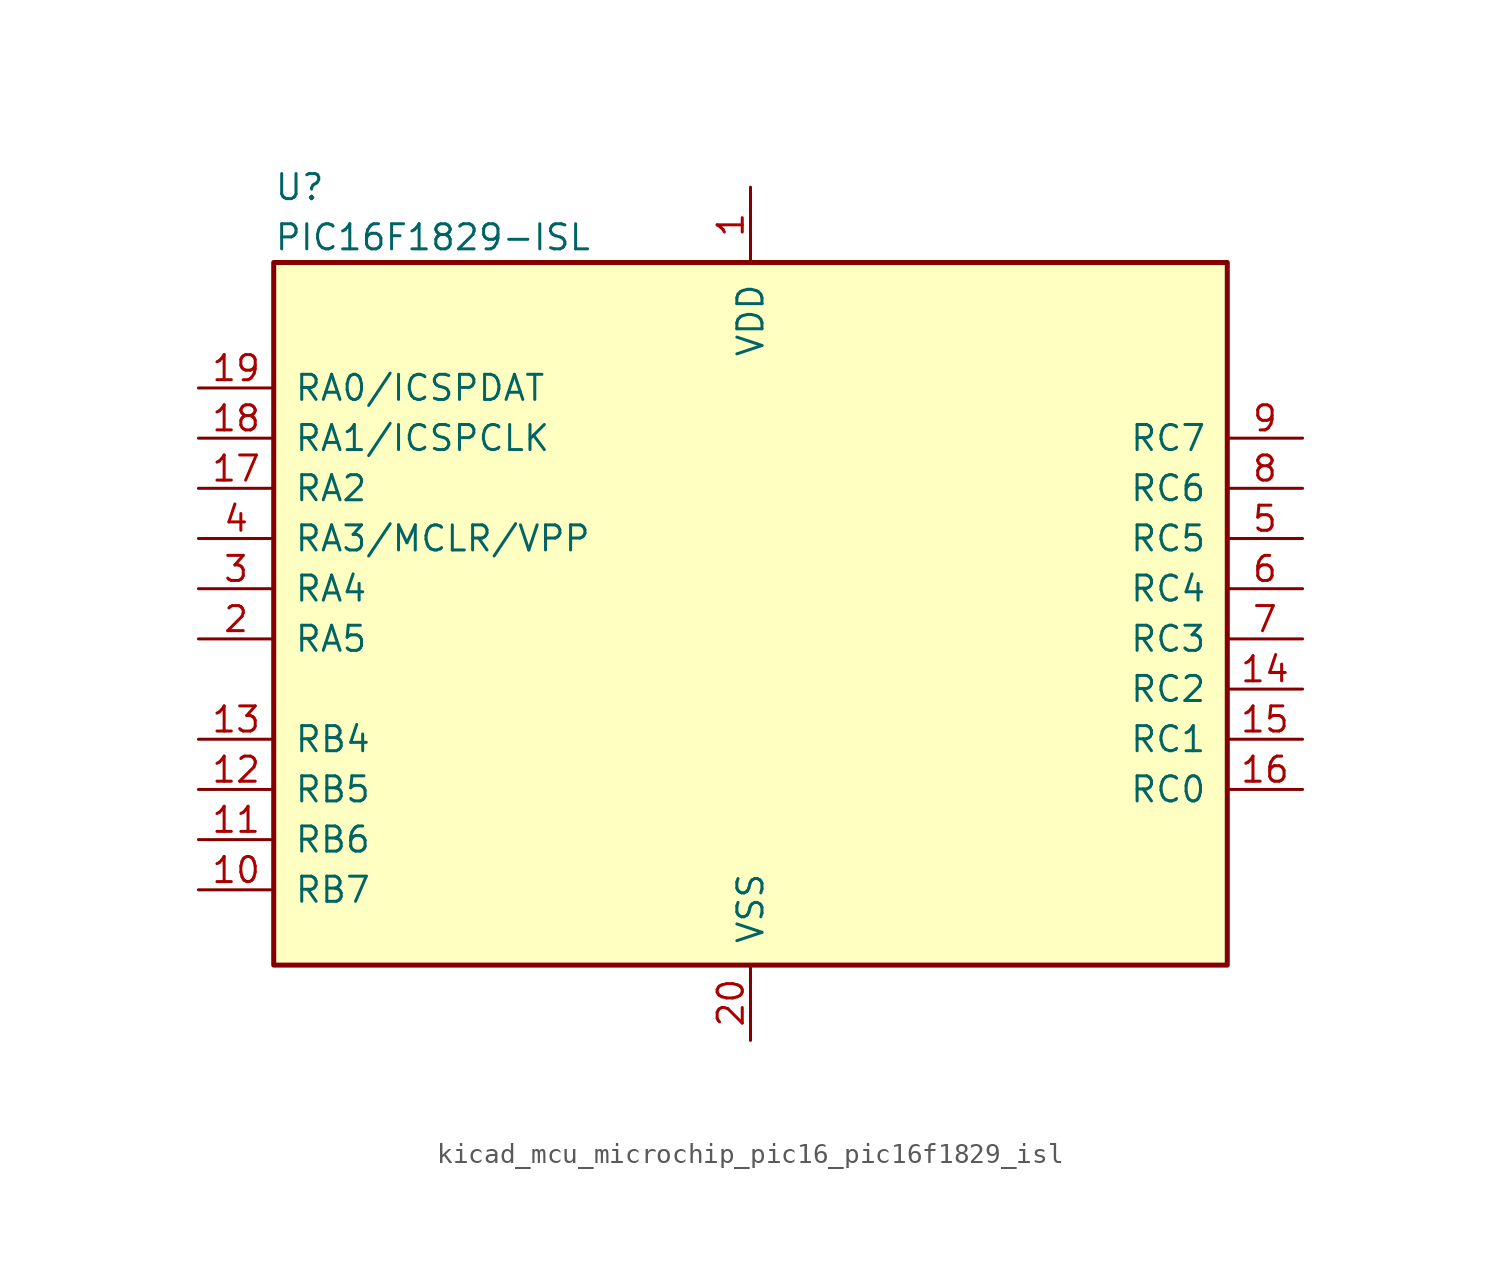
<source format=kicad_sym>
(kicad_symbol_lib
  (version 20220914)
  (generator kicad_symbol_editor)
  (symbol "kicad_mcu_microchip_pic16_pic16f1829_isl"
    (pin_names
      (offset 1.016))
    (property "Reference" "U"
      (at -24.13 22.86 0)
      (effects (font (size 1.27 1.27)) (justify left)))
    (property "Value" "PIC16F1829-ISL"
      (at -24.13 20.32 0)
      (effects (font (size 1.27 1.27)) (justify left)))
    (symbol "kicad_mcu_microchip_pic16_pic16f1829_isl_0_1"
      (rectangle (start -24.13 19.05) (end 24.13 -16.51) (stroke (width 0.254) (type default)) (fill (type background))))
    (symbol "kicad_mcu_microchip_pic16_pic16f1829_isl_1_1"
      (pin power_in line (at 0 22.86 270) (length 3.81) (name "VDD" (effects (font (size 1.27 1.27)))) (number "1" (effects (font (size 1.27 1.27)))))
      (pin bidirectional line (at -27.94 -12.7 0) (length 3.81) (name "RB7" (effects (font (size 1.27 1.27)))) (number "10" (effects (font (size 1.27 1.27)))))
      (pin bidirectional line (at -27.94 -10.16 0) (length 3.81) (name "RB6" (effects (font (size 1.27 1.27)))) (number "11" (effects (font (size 1.27 1.27)))))
      (pin bidirectional line (at -27.94 -7.62 0) (length 3.81) (name "RB5" (effects (font (size 1.27 1.27)))) (number "12" (effects (font (size 1.27 1.27)))))
      (pin bidirectional line (at -27.94 -5.08 0) (length 3.81) (name "RB4" (effects (font (size 1.27 1.27)))) (number "13" (effects (font (size 1.27 1.27)))))
      (pin bidirectional line (at 27.94 -2.54 180) (length 3.81) (name "RC2" (effects (font (size 1.27 1.27)))) (number "14" (effects (font (size 1.27 1.27)))))
      (pin bidirectional line (at 27.94 -5.08 180) (length 3.81) (name "RC1" (effects (font (size 1.27 1.27)))) (number "15" (effects (font (size 1.27 1.27)))))
      (pin bidirectional line (at 27.94 -7.62 180) (length 3.81) (name "RC0" (effects (font (size 1.27 1.27)))) (number "16" (effects (font (size 1.27 1.27)))))
      (pin bidirectional line (at -27.94 7.62 0) (length 3.81) (name "RA2" (effects (font (size 1.27 1.27)))) (number "17" (effects (font (size 1.27 1.27)))))
      (pin bidirectional line (at -27.94 10.16 0) (length 3.81) (name "RA1/ICSPCLK" (effects (font (size 1.27 1.27)))) (number "18" (effects (font (size 1.27 1.27)))))
      (pin bidirectional line (at -27.94 12.7 0) (length 3.81) (name "RA0/ICSPDAT" (effects (font (size 1.27 1.27)))) (number "19" (effects (font (size 1.27 1.27)))))
      (pin bidirectional line (at -27.94 0 0) (length 3.81) (name "RA5" (effects (font (size 1.27 1.27)))) (number "2" (effects (font (size 1.27 1.27)))))
      (pin power_in line (at 0 -20.32 90) (length 3.81) (name "VSS" (effects (font (size 1.27 1.27)))) (number "20" (effects (font (size 1.27 1.27)))))
      (pin bidirectional line (at -27.94 2.54 0) (length 3.81) (name "RA4" (effects (font (size 1.27 1.27)))) (number "3" (effects (font (size 1.27 1.27)))))
      (pin bidirectional line (at -27.94 5.08 0) (length 3.81) (name "RA3/MCLR/VPP" (effects (font (size 1.27 1.27)))) (number "4" (effects (font (size 1.27 1.27)))))
      (pin bidirectional line (at 27.94 5.08 180) (length 3.81) (name "RC5" (effects (font (size 1.27 1.27)))) (number "5" (effects (font (size 1.27 1.27)))))
      (pin bidirectional line (at 27.94 2.54 180) (length 3.81) (name "RC4" (effects (font (size 1.27 1.27)))) (number "6" (effects (font (size 1.27 1.27)))))
      (pin bidirectional line (at 27.94 0 180) (length 3.81) (name "RC3" (effects (font (size 1.27 1.27)))) (number "7" (effects (font (size 1.27 1.27)))))
      (pin bidirectional line (at 27.94 7.62 180) (length 3.81) (name "RC6" (effects (font (size 1.27 1.27)))) (number "8" (effects (font (size 1.27 1.27)))))
      (pin bidirectional line (at 27.94 10.16 180) (length 3.81) (name "RC7" (effects (font (size 1.27 1.27)))) (number "9" (effects (font (size 1.27 1.27))))))))
</source>
